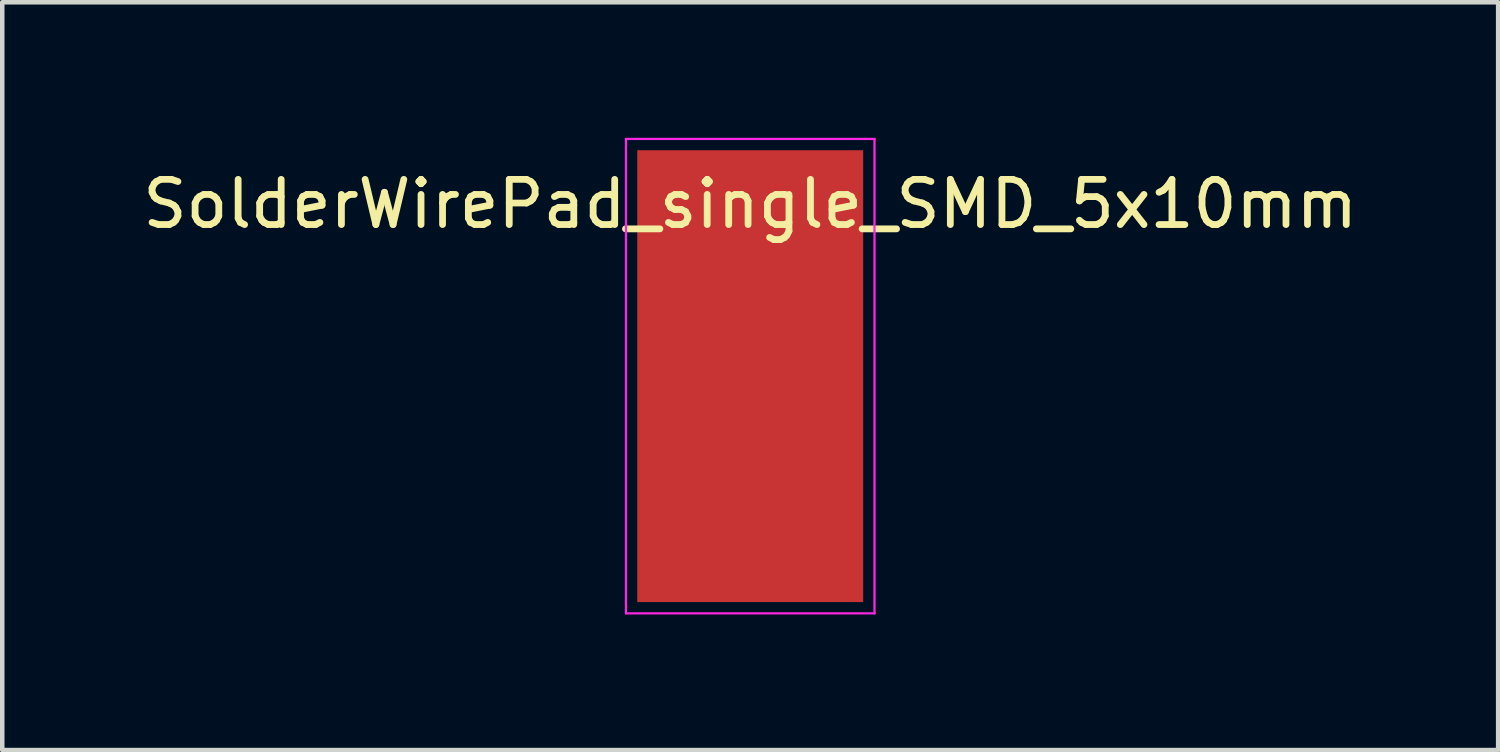
<source format=kicad_pcb>
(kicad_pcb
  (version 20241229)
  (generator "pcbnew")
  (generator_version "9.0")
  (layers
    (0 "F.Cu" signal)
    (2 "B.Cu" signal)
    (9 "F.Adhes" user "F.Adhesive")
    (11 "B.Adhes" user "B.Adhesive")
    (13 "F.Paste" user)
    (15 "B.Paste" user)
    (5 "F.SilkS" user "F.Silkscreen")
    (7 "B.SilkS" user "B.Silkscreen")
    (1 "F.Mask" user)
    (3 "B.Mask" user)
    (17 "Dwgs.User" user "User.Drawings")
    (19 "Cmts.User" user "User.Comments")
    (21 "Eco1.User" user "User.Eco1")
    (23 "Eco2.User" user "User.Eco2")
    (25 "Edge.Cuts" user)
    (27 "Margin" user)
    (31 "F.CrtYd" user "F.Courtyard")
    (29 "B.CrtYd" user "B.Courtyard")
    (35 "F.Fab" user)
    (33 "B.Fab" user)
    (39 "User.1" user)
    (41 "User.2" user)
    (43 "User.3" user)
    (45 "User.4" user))
  (footprint "SolderWirePad_single_SMD_5x10mm"
    (layer "F.Cu")
    (at 13.554 5.275)
    (property "Reference" "SolderWirePad_single_SMD_5x10mm" (at 0 -3.81 0) (layer "F.SilkS") (effects (font (size 1 1) (thickness 0.15))))
    (attr smd exclude_from_pos_files exclude_from_bom)
    (fp_line (start -2.75 -5.25) (end -2.75 5.25) (stroke (width 0.05) (type solid)) (layer "F.CrtYd"))
    (fp_line (start -2.75 5.25) (end 2.75 5.25) (stroke (width 0.05) (type solid)) (layer "F.CrtYd"))
    (fp_line (start 2.75 -5.25) (end -2.75 -5.25) (stroke (width 0.05) (type solid)) (layer "F.CrtYd"))
    (fp_line (start 2.75 5.25) (end 2.75 -5.25) (stroke (width 0.05) (type solid)) (layer "F.CrtYd"))
    (pad "1" smd rect (at 0 0) (size 5 10) (layers "F.Cu" "F.Mask" "F.Paste")))
  (gr_rect
    (start -3 -3)
    (end 30.107 13.55)
    (stroke (width 0.1) (type default))
    (fill no)
    (layer "Edge.Cuts")))
</source>
